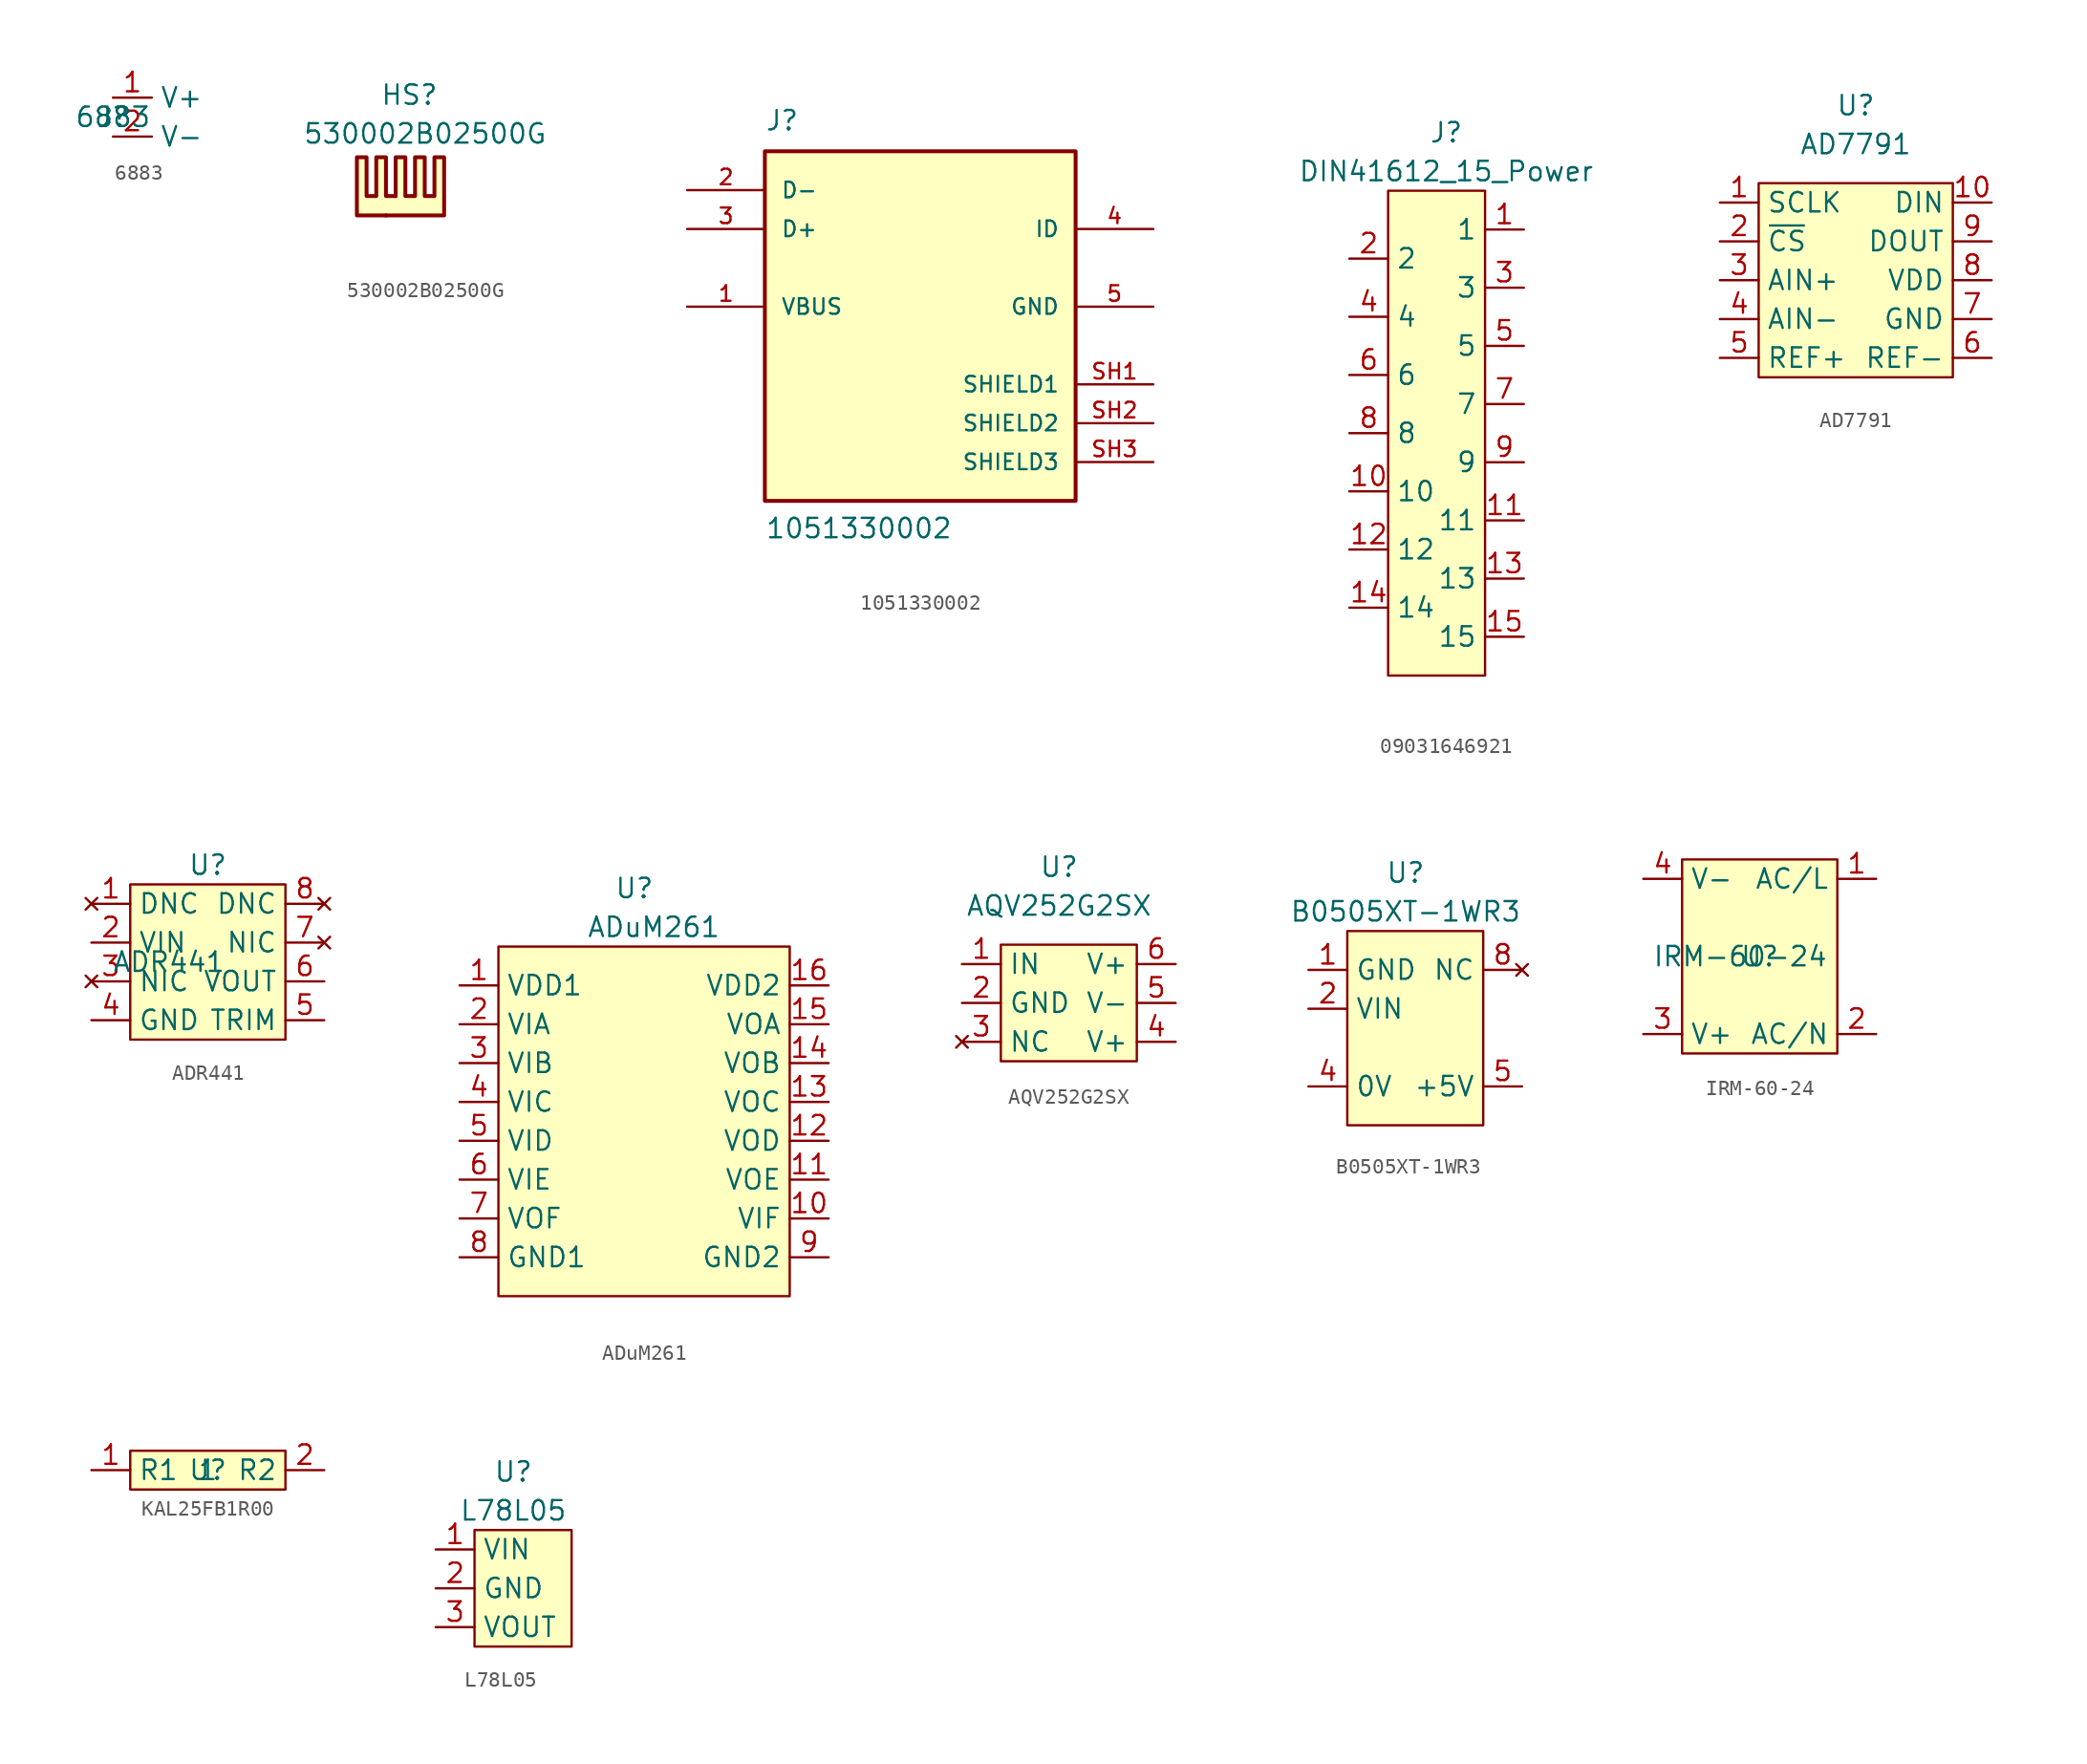
<source format=kicad_sym>
(kicad_symbol_lib
  (version 20241209)
  (generator "kicad_symbol_editor")
  (generator_version "9.0")
  (symbol "6883"
    (property "Reference" "J"
      (at 0 0 0)
      (effects (font (size 1.27 1.27))))
    (property "Value" "6883"
      (at 0 0 0)
      (effects (font (size 1.27 1.27))))
    (symbol "6883_1_1"
      (pin power_out line (at 0 1.27 0) (length 2.54) (name "V+" (effects (font (size 1.27 1.27)))) (number "1" (effects (font (size 1.27 1.27)))))
      (pin power_out line (at 0 -1.27 0) (length 2.54) (name "V-" (effects (font (size 1.27 1.27)))) (number "2" (effects (font (size 1.27 1.27)))))))
  (symbol "530002B02500G"
    (property "Reference" "HS"
      (at -1.27 7.62 0)
      (effects (font (size 1.27 1.27)) (justify left top)))
    (property "Value" "530002B02500G"
      (at -6.35 5.08 0)
      (effects (font (size 1.27 1.27)) (justify left top)))
    (symbol "530002B02500G_0_1"
      (polyline (pts (xy -0.254 0.254) (xy -0.889 0.254) (xy -0.889 2.794) (xy -1.524 2.794) (xy -1.524 0.254) (xy -2.159 0.254) (xy -2.159 2.794) (xy -2.794 2.794) (xy -2.794 -1.016) (xy -0.889 -1.016)) (stroke (width 0.254) (type default)) (fill (type background)))
      (polyline (pts (xy -0.254 0.254) (xy -0.254 2.794) (xy 0.381 2.794) (xy 0.381 0.254) (xy 1.016 0.254) (xy 1.016 2.794) (xy 1.651 2.794) (xy 1.651 0.254) (xy 2.286 0.254) (xy 2.286 2.794) (xy 2.921 2.794) (xy 2.921 -1.016) (xy -0.889 -1.016)) (stroke (width 0.254) (type default)) (fill (type background))))
    (symbol "530002B02500G_1_1"
      (pin no_connect line (at -6.35 -3.81 0) (length 5.08) (hide yes) (name "1" (effects (font (size 1.27 1.27)))) (number "1" (effects (font (size 1.27 1.27)))))
      (pin no_connect line (at 7.62 -3.81 180) (length 5.08) (hide yes) (name "2" (effects (font (size 1.27 1.27)))) (number "2" (effects (font (size 1.27 1.27)))))))
  (symbol "1051330002"
    (pin_names
      (offset 1.016))
    (property "Reference" "J"
      (at -10.16 11.43 0)
      (effects (font (size 1.27 1.27)) (justify left bottom)))
    (property "Value" "1051330002"
      (at -10.16 -15.24 0)
      (effects (font (size 1.27 1.27)) (justify left bottom)))
    (symbol "1051330002_0_0"
      (rectangle (start -10.16 -12.7) (end 10.16 10.16) (stroke (width 0.254) (type default)) (fill (type background)))
      (pin bidirectional line (at -15.24 7.62 0) (length 5.08) (name "D-" (effects (font (size 1.016 1.016)))) (number "2" (effects (font (size 1.016 1.016)))))
      (pin bidirectional line (at -15.24 5.08 0) (length 5.08) (name "D+" (effects (font (size 1.016 1.016)))) (number "3" (effects (font (size 1.016 1.016)))))
      (pin power_in line (at -15.24 0 0) (length 5.08) (name "VBUS" (effects (font (size 1.016 1.016)))) (number "1" (effects (font (size 1.016 1.016)))))
      (pin bidirectional line (at 15.24 5.08 180) (length 5.08) (name "ID" (effects (font (size 1.016 1.016)))) (number "4" (effects (font (size 1.016 1.016)))))
      (pin power_in line (at 15.24 0 180) (length 5.08) (name "GND" (effects (font (size 1.016 1.016)))) (number "5" (effects (font (size 1.016 1.016)))))
      (pin passive line (at 15.24 -5.08 180) (length 5.08) (name "SHIELD1" (effects (font (size 1.016 1.016)))) (number "SH1" (effects (font (size 1.016 1.016)))))
      (pin passive line (at 15.24 -7.62 180) (length 5.08) (name "SHIELD2" (effects (font (size 1.016 1.016)))) (number "SH2" (effects (font (size 1.016 1.016)))))
      (pin passive line (at 15.24 -10.16 180) (length 5.08) (name "SHIELD3" (effects (font (size 1.016 1.016)))) (number "SH3" (effects (font (size 1.016 1.016)))))))
  (symbol "09031646921"
    (property "Reference" "J"
      (at 0 12.7 0)
      (effects (font (size 1.27 1.27))))
    (property "Value" "DIN41612_15_Power"
      (at 0 10.16 0)
      (effects (font (size 1.27 1.27))))
    (symbol "09031646921_1_1"
      (rectangle (start -3.81 8.89) (end 2.54 -22.86) (stroke (width 0) (type default)) (fill (type background)))
      (pin unspecified line (at -6.35 4.445 0) (length 2.54) (name "2" (effects (font (size 1.27 1.27)))) (number "2" (effects (font (size 1.27 1.27)))))
      (pin unspecified line (at -6.35 0.635 0) (length 2.54) (name "4" (effects (font (size 1.27 1.27)))) (number "4" (effects (font (size 1.27 1.27)))))
      (pin unspecified line (at -6.35 -3.175 0) (length 2.54) (name "6" (effects (font (size 1.27 1.27)))) (number "6" (effects (font (size 1.27 1.27)))))
      (pin unspecified line (at -6.35 -6.985 0) (length 2.54) (name "8" (effects (font (size 1.27 1.27)))) (number "8" (effects (font (size 1.27 1.27)))))
      (pin unspecified line (at -6.35 -10.795 0) (length 2.54) (name "10" (effects (font (size 1.27 1.27)))) (number "10" (effects (font (size 1.27 1.27)))))
      (pin unspecified line (at -6.35 -14.605 0) (length 2.54) (name "12" (effects (font (size 1.27 1.27)))) (number "12" (effects (font (size 1.27 1.27)))))
      (pin unspecified line (at -6.35 -18.415 0) (length 2.54) (name "14" (effects (font (size 1.27 1.27)))) (number "14" (effects (font (size 1.27 1.27)))))
      (pin unspecified line (at 5.08 6.35 180) (length 2.54) (name "1" (effects (font (size 1.27 1.27)))) (number "1" (effects (font (size 1.27 1.27)))))
      (pin unspecified line (at 5.08 2.54 180) (length 2.54) (name "3" (effects (font (size 1.27 1.27)))) (number "3" (effects (font (size 1.27 1.27)))))
      (pin unspecified line (at 5.08 -1.27 180) (length 2.54) (name "5" (effects (font (size 1.27 1.27)))) (number "5" (effects (font (size 1.27 1.27)))))
      (pin unspecified line (at 5.08 -5.08 180) (length 2.54) (name "7" (effects (font (size 1.27 1.27)))) (number "7" (effects (font (size 1.27 1.27)))))
      (pin unspecified line (at 5.08 -8.89 180) (length 2.54) (name "9" (effects (font (size 1.27 1.27)))) (number "9" (effects (font (size 1.27 1.27)))))
      (pin unspecified line (at 5.08 -12.7 180) (length 2.54) (name "11" (effects (font (size 1.27 1.27)))) (number "11" (effects (font (size 1.27 1.27)))))
      (pin unspecified line (at 5.08 -16.51 180) (length 2.54) (name "13" (effects (font (size 1.27 1.27)))) (number "13" (effects (font (size 1.27 1.27)))))
      (pin unspecified line (at 5.08 -20.32 180) (length 2.54) (name "15" (effects (font (size 1.27 1.27)))) (number "15" (effects (font (size 1.27 1.27)))))))
  (symbol "AD7791"
    (property "Reference" "U"
      (at 0 11.43 0)
      (effects (font (size 1.27 1.27))))
    (property "Value" "AD7791"
      (at 0 8.89 0)
      (effects (font (size 1.27 1.27))))
    (symbol "AD7791_1_1"
      (rectangle (start -6.35 6.35) (end 6.35 -6.35) (stroke (width 0) (type default)) (fill (type background)))
      (pin input line (at -8.89 5.08 0) (length 2.54) (name "SCLK" (effects (font (size 1.27 1.27)))) (number "1" (effects (font (size 1.27 1.27)))))
      (pin input line (at -8.89 2.54 0) (length 2.54) (name "~{CS}" (effects (font (size 1.27 1.27)))) (number "2" (effects (font (size 1.27 1.27)))))
      (pin input line (at -8.89 0 0) (length 2.54) (name "AIN+" (effects (font (size 1.27 1.27)))) (number "3" (effects (font (size 1.27 1.27)))))
      (pin input line (at -8.89 -2.54 0) (length 2.54) (name "AIN-" (effects (font (size 1.27 1.27)))) (number "4" (effects (font (size 1.27 1.27)))))
      (pin input line (at -8.89 -5.08 0) (length 2.54) (name "REF+" (effects (font (size 1.27 1.27)))) (number "5" (effects (font (size 1.27 1.27)))))
      (pin input line (at 8.89 5.08 180) (length 2.54) (name "DIN" (effects (font (size 1.27 1.27)))) (number "10" (effects (font (size 1.27 1.27)))))
      (pin output line (at 8.89 2.54 180) (length 2.54) (name "DOUT" (effects (font (size 1.27 1.27)))) (number "9" (effects (font (size 1.27 1.27)))))
      (pin power_in line (at 8.89 0 180) (length 2.54) (name "VDD" (effects (font (size 1.27 1.27)))) (number "8" (effects (font (size 1.27 1.27)))))
      (pin power_in line (at 8.89 -2.54 180) (length 2.54) (name "GND" (effects (font (size 1.27 1.27)))) (number "7" (effects (font (size 1.27 1.27)))))
      (pin power_in line (at 8.89 -5.08 180) (length 2.54) (name "REF-" (effects (font (size 1.27 1.27)))) (number "6" (effects (font (size 1.27 1.27)))))))
  (symbol "ADR441"
    (property "Reference" "U"
      (at 0 6.35 0)
      (effects (font (size 1.27 1.27))))
    (property "Value" "ADR441"
      (at -2.54 0 0)
      (effects (font (size 1.27 1.27))))
    (symbol "ADR441_1_1"
      (rectangle (start -5.08 5.08) (end 5.08 -5.08) (stroke (width 0) (type default)) (fill (type background)))
      (pin no_connect line (at -7.62 3.81 0) (length 2.54) (name "DNC" (effects (font (size 1.27 1.27)))) (number "1" (effects (font (size 1.27 1.27)))))
      (pin power_in line (at -7.62 1.27 0) (length 2.54) (name "VIN" (effects (font (size 1.27 1.27)))) (number "2" (effects (font (size 1.27 1.27)))))
      (pin no_connect line (at -7.62 -1.27 0) (length 2.54) (name "NIC" (effects (font (size 1.27 1.27)))) (number "3" (effects (font (size 1.27 1.27)))))
      (pin power_in line (at -7.62 -3.81 0) (length 2.54) (name "GND" (effects (font (size 1.27 1.27)))) (number "4" (effects (font (size 1.27 1.27)))))
      (pin no_connect line (at 7.62 3.81 180) (length 2.54) (name "DNC" (effects (font (size 1.27 1.27)))) (number "8" (effects (font (size 1.27 1.27)))))
      (pin no_connect line (at 7.62 1.27 180) (length 2.54) (name "NIC" (effects (font (size 1.27 1.27)))) (number "7" (effects (font (size 1.27 1.27)))))
      (pin output line (at 7.62 -1.27 180) (length 2.54) (name "VOUT" (effects (font (size 1.27 1.27)))) (number "6" (effects (font (size 1.27 1.27)))))
      (pin input line (at 7.62 -3.81 180) (length 2.54) (name "TRIM" (effects (font (size 1.27 1.27)))) (number "5" (effects (font (size 1.27 1.27)))))))
  (symbol "ADuM261"
    (property "Reference" "U"
      (at 0 15.24 0)
      (effects (font (size 1.27 1.27))))
    (property "Value" "ADuM261"
      (at 1.27 12.7 0)
      (effects (font (size 1.27 1.27))))
    (symbol "ADuM261_1_1"
      (rectangle (start -8.89 11.43) (end 10.16 -11.43) (stroke (width 0) (type default)) (fill (type background)))
      (pin power_in line (at -11.43 8.89 0) (length 2.54) (name "VDD1" (effects (font (size 1.27 1.27)))) (number "1" (effects (font (size 1.27 1.27)))))
      (pin input line (at -11.43 6.35 0) (length 2.54) (name "VIA" (effects (font (size 1.27 1.27)))) (number "2" (effects (font (size 1.27 1.27)))))
      (pin input line (at -11.43 3.81 0) (length 2.54) (name "VIB" (effects (font (size 1.27 1.27)))) (number "3" (effects (font (size 1.27 1.27)))))
      (pin input line (at -11.43 1.27 0) (length 2.54) (name "VIC" (effects (font (size 1.27 1.27)))) (number "4" (effects (font (size 1.27 1.27)))))
      (pin input line (at -11.43 -1.27 0) (length 2.54) (name "VID" (effects (font (size 1.27 1.27)))) (number "5" (effects (font (size 1.27 1.27)))))
      (pin input line (at -11.43 -3.81 0) (length 2.54) (name "VIE" (effects (font (size 1.27 1.27)))) (number "6" (effects (font (size 1.27 1.27)))))
      (pin output line (at -11.43 -6.35 0) (length 2.54) (name "VOF" (effects (font (size 1.27 1.27)))) (number "7" (effects (font (size 1.27 1.27)))))
      (pin power_in line (at -11.43 -8.89 0) (length 2.54) (name "GND1" (effects (font (size 1.27 1.27)))) (number "8" (effects (font (size 1.27 1.27)))))
      (pin power_in line (at 12.7 8.89 180) (length 2.54) (name "VDD2" (effects (font (size 1.27 1.27)))) (number "16" (effects (font (size 1.27 1.27)))))
      (pin output line (at 12.7 6.35 180) (length 2.54) (name "VOA" (effects (font (size 1.27 1.27)))) (number "15" (effects (font (size 1.27 1.27)))))
      (pin output line (at 12.7 3.81 180) (length 2.54) (name "VOB" (effects (font (size 1.27 1.27)))) (number "14" (effects (font (size 1.27 1.27)))))
      (pin output line (at 12.7 1.27 180) (length 2.54) (name "VOC" (effects (font (size 1.27 1.27)))) (number "13" (effects (font (size 1.27 1.27)))))
      (pin output line (at 12.7 -1.27 180) (length 2.54) (name "VOD" (effects (font (size 1.27 1.27)))) (number "12" (effects (font (size 1.27 1.27)))))
      (pin output line (at 12.7 -3.81 180) (length 2.54) (name "VOE" (effects (font (size 1.27 1.27)))) (number "11" (effects (font (size 1.27 1.27)))))
      (pin input line (at 12.7 -6.35 180) (length 2.54) (name "VIF" (effects (font (size 1.27 1.27)))) (number "10" (effects (font (size 1.27 1.27)))))
      (pin power_in line (at 12.7 -8.89 180) (length 2.54) (name "GND2" (effects (font (size 1.27 1.27)))) (number "9" (effects (font (size 1.27 1.27)))))))
  (symbol "AQV252G2SX"
    (property "Reference" "U"
      (at 0 8.89 0)
      (effects (font (size 1.27 1.27))))
    (property "Value" "AQV252G2SX"
      (at 0 6.35 0)
      (effects (font (size 1.27 1.27))))
    (symbol "AQV252G2SX_1_1"
      (rectangle (start -3.81 3.81) (end 5.08 -3.81) (stroke (width 0) (type default)) (fill (type background)))
      (pin input line (at -6.35 2.54 0) (length 2.54) (name "IN" (effects (font (size 1.27 1.27)))) (number "1" (effects (font (size 1.27 1.27)))))
      (pin input line (at -6.35 0 0) (length 2.54) (name "GND" (effects (font (size 1.27 1.27)))) (number "2" (effects (font (size 1.27 1.27)))))
      (pin no_connect line (at -6.35 -2.54 0) (length 2.54) (name "NC" (effects (font (size 1.27 1.27)))) (number "3" (effects (font (size 1.27 1.27)))))
      (pin power_in line (at 7.62 2.54 180) (length 2.54) (name "V+" (effects (font (size 1.27 1.27)))) (number "6" (effects (font (size 1.27 1.27)))))
      (pin power_out line (at 7.62 0 180) (length 2.54) (name "V-" (effects (font (size 1.27 1.27)))) (number "5" (effects (font (size 1.27 1.27)))))
      (pin power_in line (at 7.62 -2.54 180) (length 2.54) (name "V+" (effects (font (size 1.27 1.27)))) (number "4" (effects (font (size 1.27 1.27)))))))
  (symbol "B0505XT-1WR3"
    (property "Reference" "U"
      (at 0 8.89 0)
      (effects (font (size 1.27 1.27))))
    (property "Value" "B0505XT-1WR3"
      (at 0 6.35 0)
      (effects (font (size 1.27 1.27))))
    (symbol "B0505XT-1WR3_1_1"
      (rectangle (start -3.81 5.08) (end 5.08 -7.62) (stroke (width 0) (type default)) (fill (type background)))
      (pin power_in line (at -6.35 2.54 0) (length 2.54) (name "GND" (effects (font (size 1.27 1.27)))) (number "1" (effects (font (size 1.27 1.27)))))
      (pin power_in line (at -6.35 0 0) (length 2.54) (name "VIN" (effects (font (size 1.27 1.27)))) (number "2" (effects (font (size 1.27 1.27)))))
      (pin power_out line (at -6.35 -5.08 0) (length 2.54) (name "0V" (effects (font (size 1.27 1.27)))) (number "4" (effects (font (size 1.27 1.27)))))
      (pin no_connect line (at 7.62 2.54 180) (length 2.54) (name "NC" (effects (font (size 1.27 1.27)))) (number "8" (effects (font (size 1.27 1.27)))))
      (pin power_out line (at 7.62 -5.08 180) (length 2.54) (name "+5V" (effects (font (size 1.27 1.27)))) (number "5" (effects (font (size 1.27 1.27)))))))
  (symbol "IRM-60-24"
    (property "Reference" "U"
      (at 0 0 0)
      (effects (font (size 1.27 1.27))))
    (property "Value" "IRM-60-24"
      (at -1.27 0 0)
      (effects (font (size 1.27 1.27))))
    (symbol "IRM-60-24_1_1"
      (rectangle (start -5.08 6.35) (end 5.08 -6.35) (stroke (width 0) (type default)) (fill (type background)))
      (pin power_out line (at -7.62 5.08 0) (length 2.54) (name "V-" (effects (font (size 1.27 1.27)))) (number "4" (effects (font (size 1.27 1.27)))))
      (pin power_out line (at -7.62 -5.08 0) (length 2.54) (name "V+" (effects (font (size 1.27 1.27)))) (number "3" (effects (font (size 1.27 1.27)))))
      (pin power_in line (at 7.62 5.08 180) (length 2.54) (name "AC/L" (effects (font (size 1.27 1.27)))) (number "1" (effects (font (size 1.27 1.27)))))
      (pin power_in line (at 7.62 -5.08 180) (length 2.54) (name "AC/N" (effects (font (size 1.27 1.27)))) (number "2" (effects (font (size 1.27 1.27)))))))
  (symbol "KAL25FB1R00"
    (property "Reference" "U"
      (at 0 0 0)
      (effects (font (size 1.27 1.27))))
    (property "Value" "1"
      (at 0 0 0)
      (effects (font (size 1.27 1.27))))
    (symbol "KAL25FB1R00_1_1"
      (rectangle (start -5.08 1.27) (end 5.08 -1.27) (stroke (width 0) (type default)) (fill (type background)))
      (pin input line (at -7.62 0 0) (length 2.54) (name "R1" (effects (font (size 1.27 1.27)))) (number "1" (effects (font (size 1.27 1.27)))))
      (pin input line (at 7.62 0 180) (length 2.54) (name "R2" (effects (font (size 1.27 1.27)))) (number "2" (effects (font (size 1.27 1.27)))))))
  (symbol "L78L05"
    (property "Reference" "U"
      (at 0 7.62 0)
      (effects (font (size 1.27 1.27))))
    (property "Value" "L78L05"
      (at 0 5.08 0)
      (effects (font (size 1.27 1.27))))
    (symbol "L78L05_1_1"
      (rectangle (start -2.54 3.81) (end 3.81 -3.81) (stroke (width 0) (type default)) (fill (type background)))
      (pin power_in line (at -5.08 2.54 0) (length 2.54) (name "VIN" (effects (font (size 1.27 1.27)))) (number "1" (effects (font (size 1.27 1.27)))))
      (pin power_in line (at -5.08 0 0) (length 2.54) (name "GND" (effects (font (size 1.27 1.27)))) (number "2" (effects (font (size 1.27 1.27)))))
      (pin power_out line (at -5.08 -2.54 0) (length 2.54) (name "VOUT" (effects (font (size 1.27 1.27)))) (number "3" (effects (font (size 1.27 1.27))))))))
</source>
